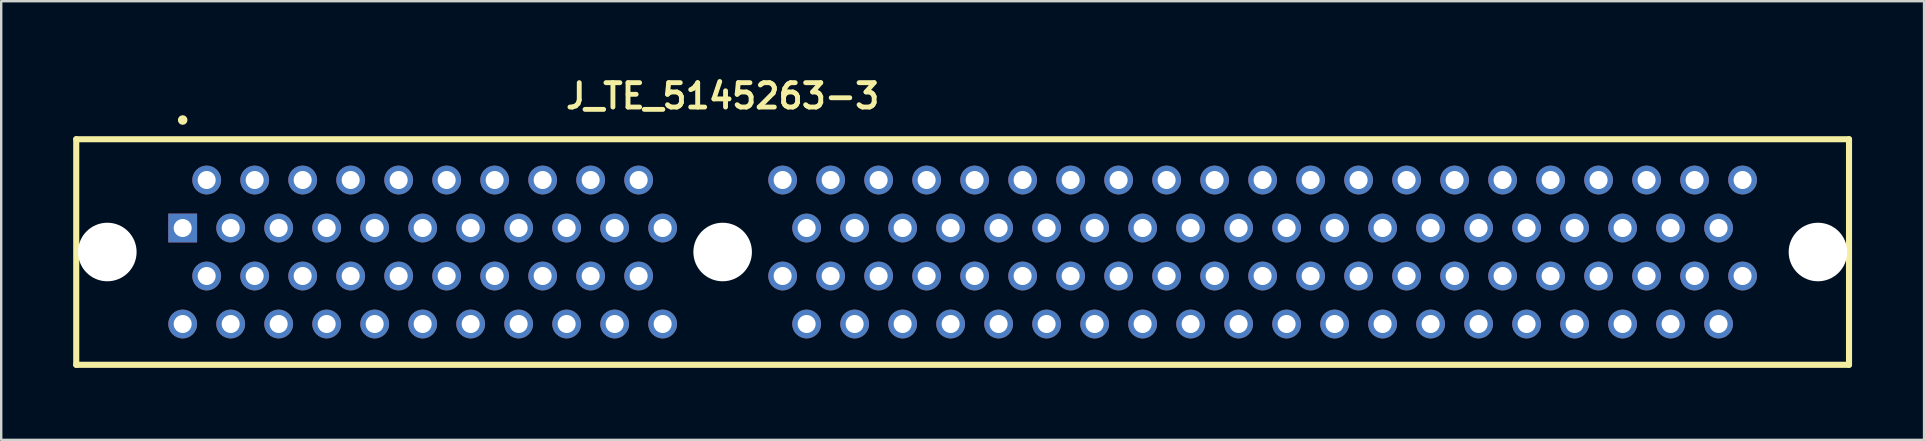
<source format=kicad_pcb>
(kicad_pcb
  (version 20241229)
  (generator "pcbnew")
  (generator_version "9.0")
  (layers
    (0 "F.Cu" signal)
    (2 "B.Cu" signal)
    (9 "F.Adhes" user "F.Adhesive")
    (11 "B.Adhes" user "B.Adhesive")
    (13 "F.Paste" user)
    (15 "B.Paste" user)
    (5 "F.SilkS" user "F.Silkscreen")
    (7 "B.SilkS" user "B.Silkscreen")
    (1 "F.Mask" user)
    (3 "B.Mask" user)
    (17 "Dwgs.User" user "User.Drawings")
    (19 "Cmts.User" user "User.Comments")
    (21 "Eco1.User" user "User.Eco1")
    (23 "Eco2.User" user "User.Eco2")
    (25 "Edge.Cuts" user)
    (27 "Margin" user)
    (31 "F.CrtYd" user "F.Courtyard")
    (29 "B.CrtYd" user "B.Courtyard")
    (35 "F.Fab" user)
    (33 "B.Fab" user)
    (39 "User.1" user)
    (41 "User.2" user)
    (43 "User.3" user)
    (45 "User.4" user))
  (footprint "J_TE_5145263-3"
    (layer "F.Cu")
    (at 27.062 7.451)
    (property "Reference" "J_TE_5145263-3" (at 0 -6.5 180) (layer "F.SilkS") (effects (font (size 1.016 1.016) (thickness 0.203) (bold yes))))
    (attr through_hole)
    (fp_line (start -26.935 -4.7) (end 46.935 -4.7) (stroke (width 0.254) (type solid)) (layer "F.SilkS"))
    (fp_line (start -26.935 4.7) (end -26.935 -4.7) (stroke (width 0.254) (type solid)) (layer "F.SilkS"))
    (fp_line (start 46.935 -4.7) (end 46.935 4.7) (stroke (width 0.254) (type solid)) (layer "F.SilkS"))
    (fp_line (start 46.935 4.7) (end -26.935 4.7) (stroke (width 0.254) (type solid)) (layer "F.SilkS"))
    (fp_circle (center -22.5 -5.5) (end -22.6 -5.5) (stroke (width 0.2) (type solid)) (fill no) (layer "F.SilkS"))
    (pad "" np_thru_hole circle (at -25.64 0 180) (size 2.44 2.44) (drill 2.44) (layers "*.Cu" "*.Mask"))
    (pad "" np_thru_hole circle (at 0 0 180) (size 2.44 2.44) (drill 2.44) (layers "*.Cu" "*.Mask"))
    (pad "" np_thru_hole circle (at 45.64 0 180) (size 2.44 2.44) (drill 2.44) (layers "*.Cu" "*.Mask"))
    (pad "A1" thru_hole rect (at -22.5 -1 180) (size 1.2 1.2) (drill 0.75) (layers "*.Cu" "*.Mask"))
    (pad "A2" thru_hole circle (at -21.5 -3 180) (size 1.2 1.2) (drill 0.75) (layers "*.Cu" "*.Mask"))
    (pad "A3" thru_hole circle (at -20.5 -1 180) (size 1.2 1.2) (drill 0.75) (layers "*.Cu" "*.Mask"))
    (pad "A4" thru_hole circle (at -19.5 -3 180) (size 1.2 1.2) (drill 0.75) (layers "*.Cu" "*.Mask"))
    (pad "A5" thru_hole circle (at -18.5 -1 180) (size 1.2 1.2) (drill 0.75) (layers "*.Cu" "*.Mask"))
    (pad "A6" thru_hole circle (at -17.5 -3 180) (size 1.2 1.2) (drill 0.75) (layers "*.Cu" "*.Mask"))
    (pad "A7" thru_hole circle (at -16.5 -1 180) (size 1.2 1.2) (drill 0.75) (layers "*.Cu" "*.Mask"))
    (pad "A8" thru_hole circle (at -15.5 -3 180) (size 1.2 1.2) (drill 0.75) (layers "*.Cu" "*.Mask"))
    (pad "A9" thru_hole circle (at -14.5 -1 180) (size 1.2 1.2) (drill 0.75) (layers "*.Cu" "*.Mask"))
    (pad "A10" thru_hole circle (at -13.5 -3 180) (size 1.2 1.2) (drill 0.75) (layers "*.Cu" "*.Mask"))
    (pad "A11" thru_hole circle (at -12.5 -1 180) (size 1.2 1.2) (drill 0.75) (layers "*.Cu" "*.Mask"))
    (pad "A12" thru_hole circle (at -11.5 -3 180) (size 1.2 1.2) (drill 0.75) (layers "*.Cu" "*.Mask"))
    (pad "A13" thru_hole circle (at -10.5 -1 180) (size 1.2 1.2) (drill 0.75) (layers "*.Cu" "*.Mask"))
    (pad "A14" thru_hole circle (at -9.5 -3 180) (size 1.2 1.2) (drill 0.75) (layers "*.Cu" "*.Mask"))
    (pad "A15" thru_hole circle (at -8.5 -1 180) (size 1.2 1.2) (drill 0.75) (layers "*.Cu" "*.Mask"))
    (pad "A16" thru_hole circle (at -7.5 -3 180) (size 1.2 1.2) (drill 0.75) (layers "*.Cu" "*.Mask"))
    (pad "A17" thru_hole circle (at -6.5 -1 180) (size 1.2 1.2) (drill 0.75) (layers "*.Cu" "*.Mask"))
    (pad "A18" thru_hole circle (at -5.5 -3 180) (size 1.2 1.2) (drill 0.75) (layers "*.Cu" "*.Mask"))
    (pad "A19" thru_hole circle (at -4.5 -1 180) (size 1.2 1.2) (drill 0.75) (layers "*.Cu" "*.Mask"))
    (pad "A20" thru_hole circle (at -3.5 -3 180) (size 1.2 1.2) (drill 0.75) (layers "*.Cu" "*.Mask"))
    (pad "A21" thru_hole circle (at -2.5 -1 180) (size 1.2 1.2) (drill 0.75) (layers "*.Cu" "*.Mask"))
    (pad "A26" thru_hole circle (at 2.5 -3 180) (size 1.2 1.2) (drill 0.75) (layers "*.Cu" "*.Mask"))
    (pad "A27" thru_hole circle (at 3.5 -1 180) (size 1.2 1.2) (drill 0.75) (layers "*.Cu" "*.Mask"))
    (pad "A28" thru_hole circle (at 4.5 -3 180) (size 1.2 1.2) (drill 0.75) (layers "*.Cu" "*.Mask"))
    (pad "A29" thru_hole circle (at 5.5 -1 180) (size 1.2 1.2) (drill 0.75) (layers "*.Cu" "*.Mask"))
    (pad "A30" thru_hole circle (at 6.5 -3 180) (size 1.2 1.2) (drill 0.75) (layers "*.Cu" "*.Mask"))
    (pad "A31" thru_hole circle (at 7.5 -1 180) (size 1.2 1.2) (drill 0.75) (layers "*.Cu" "*.Mask"))
    (pad "A32" thru_hole circle (at 8.5 -3 180) (size 1.2 1.2) (drill 0.75) (layers "*.Cu" "*.Mask"))
    (pad "A33" thru_hole circle (at 9.5 -1 180) (size 1.2 1.2) (drill 0.75) (layers "*.Cu" "*.Mask"))
    (pad "A34" thru_hole circle (at 10.5 -3 180) (size 1.2 1.2) (drill 0.75) (layers "*.Cu" "*.Mask"))
    (pad "A35" thru_hole circle (at 11.5 -1 180) (size 1.2 1.2) (drill 0.75) (layers "*.Cu" "*.Mask"))
    (pad "A36" thru_hole circle (at 12.5 -3 180) (size 1.2 1.2) (drill 0.75) (layers "*.Cu" "*.Mask"))
    (pad "A37" thru_hole circle (at 13.5 -1 180) (size 1.2 1.2) (drill 0.75) (layers "*.Cu" "*.Mask"))
    (pad "A38" thru_hole circle (at 14.5 -3 180) (size 1.2 1.2) (drill 0.75) (layers "*.Cu" "*.Mask"))
    (pad "A39" thru_hole circle (at 15.5 -1 180) (size 1.2 1.2) (drill 0.75) (layers "*.Cu" "*.Mask"))
    (pad "A40" thru_hole circle (at 16.5 -3 180) (size 1.2 1.2) (drill 0.75) (layers "*.Cu" "*.Mask"))
    (pad "A41" thru_hole circle (at 17.5 -1 180) (size 1.2 1.2) (drill 0.75) (layers "*.Cu" "*.Mask"))
    (pad "A42" thru_hole circle (at 18.5 -3 180) (size 1.2 1.2) (drill 0.75) (layers "*.Cu" "*.Mask"))
    (pad "A43" thru_hole circle (at 19.5 -1 180) (size 1.2 1.2) (drill 0.75) (layers "*.Cu" "*.Mask"))
    (pad "A44" thru_hole circle (at 20.5 -3 180) (size 1.2 1.2) (drill 0.75) (layers "*.Cu" "*.Mask"))
    (pad "A45" thru_hole circle (at 21.5 -1 180) (size 1.2 1.2) (drill 0.75) (layers "*.Cu" "*.Mask"))
    (pad "A46" thru_hole circle (at 22.5 -3 180) (size 1.2 1.2) (drill 0.75) (layers "*.Cu" "*.Mask"))
    (pad "A47" thru_hole circle (at 23.5 -1 180) (size 1.2 1.2) (drill 0.75) (layers "*.Cu" "*.Mask"))
    (pad "A48" thru_hole circle (at 24.5 -3 180) (size 1.2 1.2) (drill 0.75) (layers "*.Cu" "*.Mask"))
    (pad "A49" thru_hole circle (at 25.5 -1 180) (size 1.2 1.2) (drill 0.75) (layers "*.Cu" "*.Mask"))
    (pad "A50" thru_hole circle (at 26.5 -3 180) (size 1.2 1.2) (drill 0.75) (layers "*.Cu" "*.Mask"))
    (pad "A51" thru_hole circle (at 27.5 -1 180) (size 1.2 1.2) (drill 0.75) (layers "*.Cu" "*.Mask"))
    (pad "A52" thru_hole circle (at 28.5 -3 180) (size 1.2 1.2) (drill 0.75) (layers "*.Cu" "*.Mask"))
    (pad "A53" thru_hole circle (at 29.5 -1 180) (size 1.2 1.2) (drill 0.75) (layers "*.Cu" "*.Mask"))
    (pad "A54" thru_hole circle (at 30.5 -3 180) (size 1.2 1.2) (drill 0.75) (layers "*.Cu" "*.Mask"))
    (pad "A55" thru_hole circle (at 31.5 -1 180) (size 1.2 1.2) (drill 0.75) (layers "*.Cu" "*.Mask"))
    (pad "A56" thru_hole circle (at 32.5 -3 180) (size 1.2 1.2) (drill 0.75) (layers "*.Cu" "*.Mask"))
    (pad "A57" thru_hole circle (at 33.5 -1 180) (size 1.2 1.2) (drill 0.75) (layers "*.Cu" "*.Mask"))
    (pad "A58" thru_hole circle (at 34.5 -3 180) (size 1.2 1.2) (drill 0.75) (layers "*.Cu" "*.Mask"))
    (pad "A59" thru_hole circle (at 35.5 -1 180) (size 1.2 1.2) (drill 0.75) (layers "*.Cu" "*.Mask"))
    (pad "A60" thru_hole circle (at 36.5 -3 180) (size 1.2 1.2) (drill 0.75) (layers "*.Cu" "*.Mask"))
    (pad "A61" thru_hole circle (at 37.5 -1 180) (size 1.2 1.2) (drill 0.75) (layers "*.Cu" "*.Mask"))
    (pad "A62" thru_hole circle (at 38.5 -3 180) (size 1.2 1.2) (drill 0.75) (layers "*.Cu" "*.Mask"))
    (pad "A63" thru_hole circle (at 39.5 -1 180) (size 1.2 1.2) (drill 0.75) (layers "*.Cu" "*.Mask"))
    (pad "A64" thru_hole circle (at 40.5 -3 180) (size 1.2 1.2) (drill 0.75) (layers "*.Cu" "*.Mask"))
    (pad "A65" thru_hole circle (at 41.5 -1 180) (size 1.2 1.2) (drill 0.75) (layers "*.Cu" "*.Mask"))
    (pad "A66" thru_hole circle (at 42.5 -3 180) (size 1.2 1.2) (drill 0.75) (layers "*.Cu" "*.Mask"))
    (pad "B1" thru_hole circle (at -22.5 3 180) (size 1.2 1.2) (drill 0.75) (layers "*.Cu" "*.Mask"))
    (pad "B2" thru_hole circle (at -21.5 1 180) (size 1.2 1.2) (drill 0.75) (layers "*.Cu" "*.Mask"))
    (pad "B3" thru_hole circle (at -20.5 3 180) (size 1.2 1.2) (drill 0.75) (layers "*.Cu" "*.Mask"))
    (pad "B4" thru_hole circle (at -19.5 1 180) (size 1.2 1.2) (drill 0.75) (layers "*.Cu" "*.Mask"))
    (pad "B5" thru_hole circle (at -18.5 3 180) (size 1.2 1.2) (drill 0.75) (layers "*.Cu" "*.Mask"))
    (pad "B6" thru_hole circle (at -17.5 1 180) (size 1.2 1.2) (drill 0.75) (layers "*.Cu" "*.Mask"))
    (pad "B7" thru_hole circle (at -16.5 3 180) (size 1.2 1.2) (drill 0.75) (layers "*.Cu" "*.Mask"))
    (pad "B8" thru_hole circle (at -15.5 1 180) (size 1.2 1.2) (drill 0.75) (layers "*.Cu" "*.Mask"))
    (pad "B9" thru_hole circle (at -14.5 3 180) (size 1.2 1.2) (drill 0.75) (layers "*.Cu" "*.Mask"))
    (pad "B10" thru_hole circle (at -13.5 1 180) (size 1.2 1.2) (drill 0.75) (layers "*.Cu" "*.Mask"))
    (pad "B11" thru_hole circle (at -12.5 3 180) (size 1.2 1.2) (drill 0.75) (layers "*.Cu" "*.Mask"))
    (pad "B12" thru_hole circle (at -11.5 1 180) (size 1.2 1.2) (drill 0.75) (layers "*.Cu" "*.Mask"))
    (pad "B13" thru_hole circle (at -10.5 3 180) (size 1.2 1.2) (drill 0.75) (layers "*.Cu" "*.Mask"))
    (pad "B14" thru_hole circle (at -9.5 1 180) (size 1.2 1.2) (drill 0.75) (layers "*.Cu" "*.Mask"))
    (pad "B15" thru_hole circle (at -8.5 3 180) (size 1.2 1.2) (drill 0.75) (layers "*.Cu" "*.Mask"))
    (pad "B16" thru_hole circle (at -7.5 1 180) (size 1.2 1.2) (drill 0.75) (layers "*.Cu" "*.Mask"))
    (pad "B17" thru_hole circle (at -6.5 3 180) (size 1.2 1.2) (drill 0.75) (layers "*.Cu" "*.Mask"))
    (pad "B18" thru_hole circle (at -5.5 1 180) (size 1.2 1.2) (drill 0.75) (layers "*.Cu" "*.Mask"))
    (pad "B19" thru_hole circle (at -4.5 3 180) (size 1.2 1.2) (drill 0.75) (layers "*.Cu" "*.Mask"))
    (pad "B20" thru_hole circle (at -3.5 1 180) (size 1.2 1.2) (drill 0.75) (layers "*.Cu" "*.Mask"))
    (pad "B21" thru_hole circle (at -2.5 3 180) (size 1.2 1.2) (drill 0.75) (layers "*.Cu" "*.Mask"))
    (pad "B26" thru_hole circle (at 2.5 1 180) (size 1.2 1.2) (drill 0.75) (layers "*.Cu" "*.Mask"))
    (pad "B27" thru_hole circle (at 3.5 3 180) (size 1.2 1.2) (drill 0.75) (layers "*.Cu" "*.Mask"))
    (pad "B28" thru_hole circle (at 4.5 1 180) (size 1.2 1.2) (drill 0.75) (layers "*.Cu" "*.Mask"))
    (pad "B29" thru_hole circle (at 5.5 3 180) (size 1.2 1.2) (drill 0.75) (layers "*.Cu" "*.Mask"))
    (pad "B30" thru_hole circle (at 6.5 1 180) (size 1.2 1.2) (drill 0.75) (layers "*.Cu" "*.Mask"))
    (pad "B31" thru_hole circle (at 7.5 3 180) (size 1.2 1.2) (drill 0.75) (layers "*.Cu" "*.Mask"))
    (pad "B32" thru_hole circle (at 8.5 1 180) (size 1.2 1.2) (drill 0.75) (layers "*.Cu" "*.Mask"))
    (pad "B33" thru_hole circle (at 9.5 3 180) (size 1.2 1.2) (drill 0.75) (layers "*.Cu" "*.Mask"))
    (pad "B34" thru_hole circle (at 10.5 1 180) (size 1.2 1.2) (drill 0.75) (layers "*.Cu" "*.Mask"))
    (pad "B35" thru_hole circle (at 11.5 3 180) (size 1.2 1.2) (drill 0.75) (layers "*.Cu" "*.Mask"))
    (pad "B36" thru_hole circle (at 12.5 1 180) (size 1.2 1.2) (drill 0.75) (layers "*.Cu" "*.Mask"))
    (pad "B37" thru_hole circle (at 13.5 3 180) (size 1.2 1.2) (drill 0.75) (layers "*.Cu" "*.Mask"))
    (pad "B38" thru_hole circle (at 14.5 1 180) (size 1.2 1.2) (drill 0.75) (layers "*.Cu" "*.Mask"))
    (pad "B39" thru_hole circle (at 15.5 3 180) (size 1.2 1.2) (drill 0.75) (layers "*.Cu" "*.Mask"))
    (pad "B40" thru_hole circle (at 16.5 1 180) (size 1.2 1.2) (drill 0.75) (layers "*.Cu" "*.Mask"))
    (pad "B41" thru_hole circle (at 17.5 3 180) (size 1.2 1.2) (drill 0.75) (layers "*.Cu" "*.Mask"))
    (pad "B42" thru_hole circle (at 18.5 1 180) (size 1.2 1.2) (drill 0.75) (layers "*.Cu" "*.Mask"))
    (pad "B43" thru_hole circle (at 19.5 3 180) (size 1.2 1.2) (drill 0.75) (layers "*.Cu" "*.Mask"))
    (pad "B44" thru_hole circle (at 20.5 1 180) (size 1.2 1.2) (drill 0.75) (layers "*.Cu" "*.Mask"))
    (pad "B45" thru_hole circle (at 21.5 3 180) (size 1.2 1.2) (drill 0.75) (layers "*.Cu" "*.Mask"))
    (pad "B46" thru_hole circle (at 22.5 1 180) (size 1.2 1.2) (drill 0.75) (layers "*.Cu" "*.Mask"))
    (pad "B47" thru_hole circle (at 23.5 3 180) (size 1.2 1.2) (drill 0.75) (layers "*.Cu" "*.Mask"))
    (pad "B48" thru_hole circle (at 24.5 1 180) (size 1.2 1.2) (drill 0.75) (layers "*.Cu" "*.Mask"))
    (pad "B49" thru_hole circle (at 25.5 3 180) (size 1.2 1.2) (drill 0.75) (layers "*.Cu" "*.Mask"))
    (pad "B50" thru_hole circle (at 26.5 1 180) (size 1.2 1.2) (drill 0.75) (layers "*.Cu" "*.Mask"))
    (pad "B51" thru_hole circle (at 27.5 3 180) (size 1.2 1.2) (drill 0.75) (layers "*.Cu" "*.Mask"))
    (pad "B52" thru_hole circle (at 28.5 1 180) (size 1.2 1.2) (drill 0.75) (layers "*.Cu" "*.Mask"))
    (pad "B53" thru_hole circle (at 29.5 3 180) (size 1.2 1.2) (drill 0.75) (layers "*.Cu" "*.Mask"))
    (pad "B54" thru_hole circle (at 30.5 1 180) (size 1.2 1.2) (drill 0.75) (layers "*.Cu" "*.Mask"))
    (pad "B55" thru_hole circle (at 31.5 3 180) (size 1.2 1.2) (drill 0.75) (layers "*.Cu" "*.Mask"))
    (pad "B56" thru_hole circle (at 32.5 1 180) (size 1.2 1.2) (drill 0.75) (layers "*.Cu" "*.Mask"))
    (pad "B57" thru_hole circle (at 33.5 3 180) (size 1.2 1.2) (drill 0.75) (layers "*.Cu" "*.Mask"))
    (pad "B58" thru_hole circle (at 34.5 1 180) (size 1.2 1.2) (drill 0.75) (layers "*.Cu" "*.Mask"))
    (pad "B59" thru_hole circle (at 35.5 3 180) (size 1.2 1.2) (drill 0.75) (layers "*.Cu" "*.Mask"))
    (pad "B60" thru_hole circle (at 36.5 1 180) (size 1.2 1.2) (drill 0.75) (layers "*.Cu" "*.Mask"))
    (pad "B61" thru_hole circle (at 37.5 3 180) (size 1.2 1.2) (drill 0.75) (layers "*.Cu" "*.Mask"))
    (pad "B62" thru_hole circle (at 38.5 1 180) (size 1.2 1.2) (drill 0.75) (layers "*.Cu" "*.Mask"))
    (pad "B63" thru_hole circle (at 39.5 3 180) (size 1.2 1.2) (drill 0.75) (layers "*.Cu" "*.Mask"))
    (pad "B64" thru_hole circle (at 40.5 1 180) (size 1.2 1.2) (drill 0.75) (layers "*.Cu" "*.Mask"))
    (pad "B65" thru_hole circle (at 41.5 3 180) (size 1.2 1.2) (drill 0.75) (layers "*.Cu" "*.Mask"))
    (pad "B66" thru_hole circle (at 42.5 1 180) (size 1.2 1.2) (drill 0.75) (layers "*.Cu" "*.Mask")))
  (gr_rect
    (start -3 -3)
    (end 77.124 15.278)
    (stroke (width 0.1) (type default))
    (fill no)
    (layer "Edge.Cuts")))
</source>
